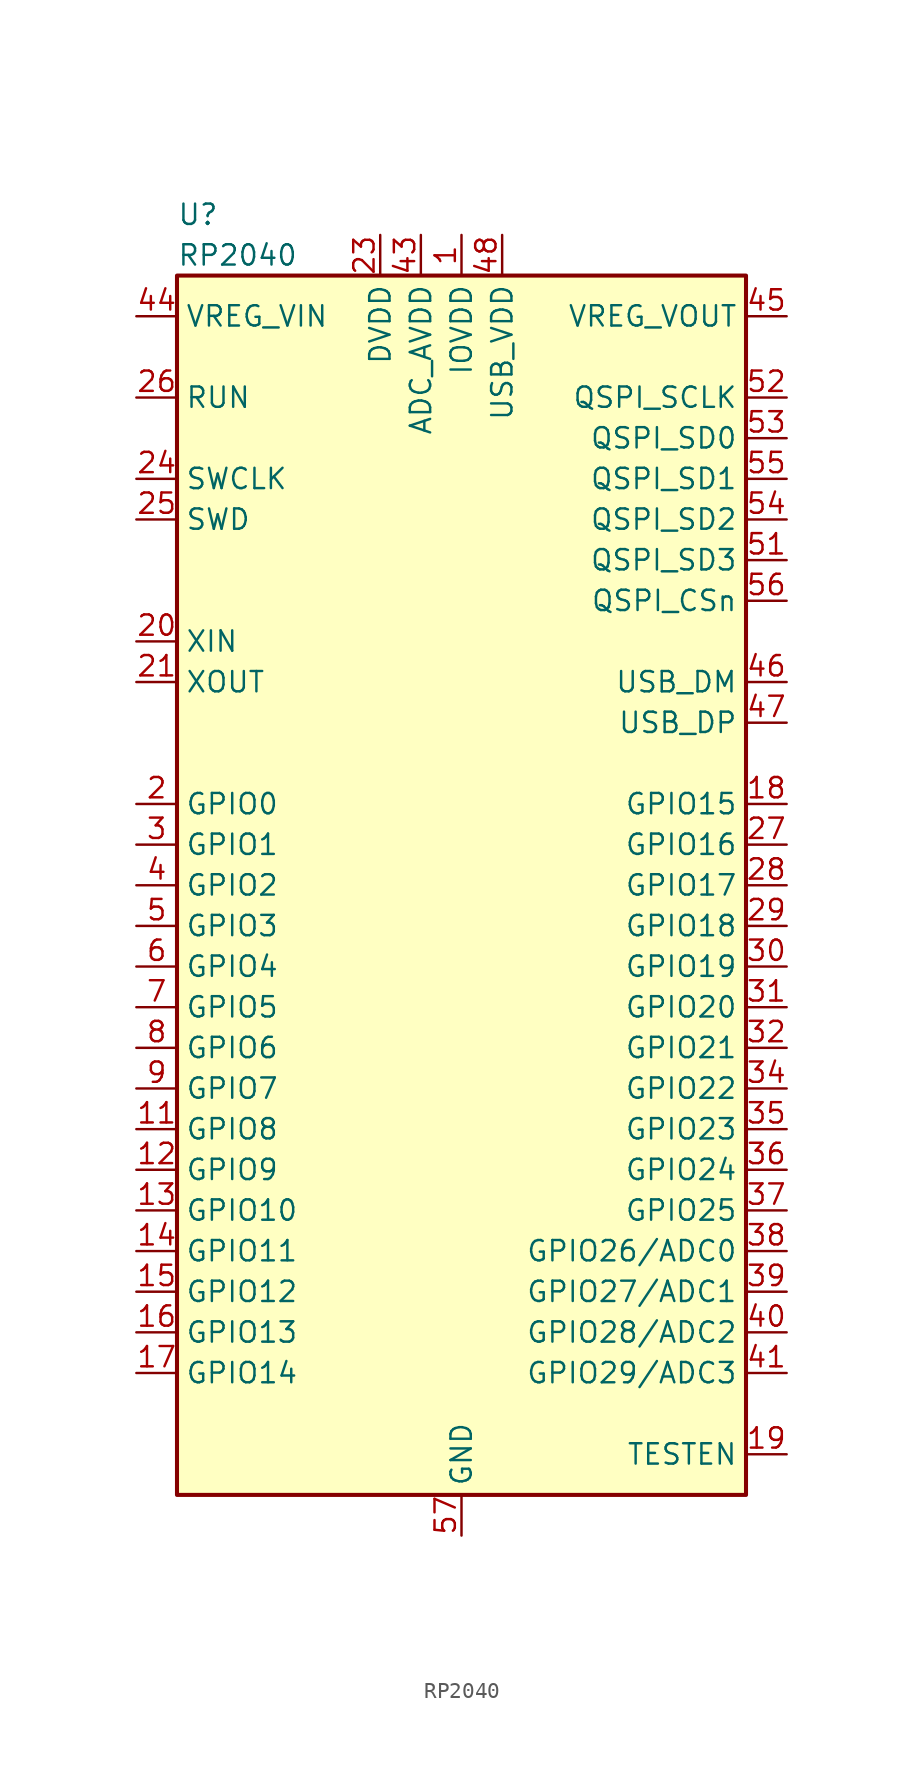
<source format=kicad_sym>
(kicad_symbol_lib
  (version 20211014)
  (generator kicad_symbol_editor)
  (symbol "RP2040"
    (property "Reference" "U"
      (at -17.78 41.91 0)
      (effects (font (size 1.27 1.27)) (justify left)))
    (property "Value" "RP2040"
      (at -17.78 39.37 0)
      (effects (font (size 1.27 1.27)) (justify left)))
    (symbol "RP2040_0_0"
      (rectangle (start -17.78 38.1) (end 17.78 -38.1) (stroke (width 0.254) (type default) (color 0 0 0 0)) (fill (type background)))
      (pin power_in line (at 0 40.64 270) (length 2.54) (name "IOVDD" (effects (font (size 1.27 1.27)))) (number "1" (effects (font (size 1.27 1.27)))))
      (pin power_in line (at 0 40.64 270) (length 2.54) hide (name "IOVDD" (effects (font (size 1.27 1.27)))) (number "10" (effects (font (size 1.27 1.27)))))
      (pin bidirectional line (at -20.32 -15.24 0) (length 2.54) (name "GPIO8" (effects (font (size 1.27 1.27)))) (number "11" (effects (font (size 1.27 1.27)))))
      (pin bidirectional line (at -20.32 -17.78 0) (length 2.54) (name "GPIO9" (effects (font (size 1.27 1.27)))) (number "12" (effects (font (size 1.27 1.27)))))
      (pin bidirectional line (at -20.32 -20.32 0) (length 2.54) (name "GPIO10" (effects (font (size 1.27 1.27)))) (number "13" (effects (font (size 1.27 1.27)))))
      (pin bidirectional line (at -20.32 -22.86 0) (length 2.54) (name "GPIO11" (effects (font (size 1.27 1.27)))) (number "14" (effects (font (size 1.27 1.27)))))
      (pin bidirectional line (at -20.32 -25.4 0) (length 2.54) (name "GPIO12" (effects (font (size 1.27 1.27)))) (number "15" (effects (font (size 1.27 1.27)))))
      (pin bidirectional line (at -20.32 -27.94 0) (length 2.54) (name "GPIO13" (effects (font (size 1.27 1.27)))) (number "16" (effects (font (size 1.27 1.27)))))
      (pin bidirectional line (at -20.32 -30.48 0) (length 2.54) (name "GPIO14" (effects (font (size 1.27 1.27)))) (number "17" (effects (font (size 1.27 1.27)))))
      (pin bidirectional line (at 20.32 5.08 180) (length 2.54) (name "GPIO15" (effects (font (size 1.27 1.27)))) (number "18" (effects (font (size 1.27 1.27)))))
      (pin input line (at 20.32 -35.56 180) (length 2.54) (name "TESTEN" (effects (font (size 1.27 1.27)))) (number "19" (effects (font (size 1.27 1.27)))))
      (pin bidirectional line (at -20.32 5.08 0) (length 2.54) (name "GPIO0" (effects (font (size 1.27 1.27)))) (number "2" (effects (font (size 1.27 1.27)))))
      (pin bidirectional line (at -20.32 15.24 0) (length 2.54) (name "XIN" (effects (font (size 1.27 1.27)))) (number "20" (effects (font (size 1.27 1.27)))))
      (pin bidirectional line (at -20.32 12.7 0) (length 2.54) (name "XOUT" (effects (font (size 1.27 1.27)))) (number "21" (effects (font (size 1.27 1.27)))))
      (pin power_in line (at 0 40.64 270) (length 2.54) hide (name "IOVDD" (effects (font (size 1.27 1.27)))) (number "22" (effects (font (size 1.27 1.27)))))
      (pin power_in line (at -5.08 40.64 270) (length 2.54) (name "DVDD" (effects (font (size 1.27 1.27)))) (number "23" (effects (font (size 1.27 1.27)))))
      (pin input line (at -20.32 25.4 0) (length 2.54) (name "SWCLK" (effects (font (size 1.27 1.27)))) (number "24" (effects (font (size 1.27 1.27)))))
      (pin bidirectional line (at -20.32 22.86 0) (length 2.54) (name "SWD" (effects (font (size 1.27 1.27)))) (number "25" (effects (font (size 1.27 1.27)))))
      (pin input line (at -20.32 30.48 0) (length 2.54) (name "RUN" (effects (font (size 1.27 1.27)))) (number "26" (effects (font (size 1.27 1.27)))))
      (pin bidirectional line (at 20.32 2.54 180) (length 2.54) (name "GPIO16" (effects (font (size 1.27 1.27)))) (number "27" (effects (font (size 1.27 1.27)))))
      (pin bidirectional line (at 20.32 0 180) (length 2.54) (name "GPIO17" (effects (font (size 1.27 1.27)))) (number "28" (effects (font (size 1.27 1.27)))))
      (pin bidirectional line (at 20.32 -2.54 180) (length 2.54) (name "GPIO18" (effects (font (size 1.27 1.27)))) (number "29" (effects (font (size 1.27 1.27)))))
      (pin bidirectional line (at -20.32 2.54 0) (length 2.54) (name "GPIO1" (effects (font (size 1.27 1.27)))) (number "3" (effects (font (size 1.27 1.27)))))
      (pin bidirectional line (at 20.32 -5.08 180) (length 2.54) (name "GPIO19" (effects (font (size 1.27 1.27)))) (number "30" (effects (font (size 1.27 1.27)))))
      (pin bidirectional line (at 20.32 -7.62 180) (length 2.54) (name "GPIO20" (effects (font (size 1.27 1.27)))) (number "31" (effects (font (size 1.27 1.27)))))
      (pin bidirectional line (at 20.32 -10.16 180) (length 2.54) (name "GPIO21" (effects (font (size 1.27 1.27)))) (number "32" (effects (font (size 1.27 1.27)))))
      (pin power_in line (at 0 40.64 270) (length 2.54) hide (name "IOVDD" (effects (font (size 1.27 1.27)))) (number "33" (effects (font (size 1.27 1.27)))))
      (pin bidirectional line (at 20.32 -12.7 180) (length 2.54) (name "GPIO22" (effects (font (size 1.27 1.27)))) (number "34" (effects (font (size 1.27 1.27)))))
      (pin bidirectional line (at 20.32 -15.24 180) (length 2.54) (name "GPIO23" (effects (font (size 1.27 1.27)))) (number "35" (effects (font (size 1.27 1.27)))))
      (pin bidirectional line (at 20.32 -17.78 180) (length 2.54) (name "GPIO24" (effects (font (size 1.27 1.27)))) (number "36" (effects (font (size 1.27 1.27)))))
      (pin bidirectional line (at 20.32 -20.32 180) (length 2.54) (name "GPIO25" (effects (font (size 1.27 1.27)))) (number "37" (effects (font (size 1.27 1.27)))))
      (pin bidirectional line (at 20.32 -22.86 180) (length 2.54) (name "GPIO26/ADC0" (effects (font (size 1.27 1.27)))) (number "38" (effects (font (size 1.27 1.27)))))
      (pin bidirectional line (at 20.32 -25.4 180) (length 2.54) (name "GPIO27/ADC1" (effects (font (size 1.27 1.27)))) (number "39" (effects (font (size 1.27 1.27)))))
      (pin bidirectional line (at -20.32 0 0) (length 2.54) (name "GPIO2" (effects (font (size 1.27 1.27)))) (number "4" (effects (font (size 1.27 1.27)))))
      (pin bidirectional line (at 20.32 -27.94 180) (length 2.54) (name "GPIO28/ADC2" (effects (font (size 1.27 1.27)))) (number "40" (effects (font (size 1.27 1.27)))))
      (pin bidirectional line (at 20.32 -30.48 180) (length 2.54) (name "GPIO29/ADC3" (effects (font (size 1.27 1.27)))) (number "41" (effects (font (size 1.27 1.27)))))
      (pin power_in line (at 0 40.64 270) (length 2.54) hide (name "IOVDD" (effects (font (size 1.27 1.27)))) (number "42" (effects (font (size 1.27 1.27)))))
      (pin power_in line (at -2.54 40.64 270) (length 2.54) (name "ADC_AVDD" (effects (font (size 1.27 1.27)))) (number "43" (effects (font (size 1.27 1.27)))))
      (pin power_in line (at -20.32 35.56 0) (length 2.54) (name "VREG_VIN" (effects (font (size 1.27 1.27)))) (number "44" (effects (font (size 1.27 1.27)))))
      (pin power_out line (at 20.32 35.56 180) (length 2.54) (name "VREG_VOUT" (effects (font (size 1.27 1.27)))) (number "45" (effects (font (size 1.27 1.27)))))
      (pin bidirectional line (at 20.32 12.7 180) (length 2.54) (name "USB_DM" (effects (font (size 1.27 1.27)))) (number "46" (effects (font (size 1.27 1.27)))))
      (pin bidirectional line (at 20.32 10.16 180) (length 2.54) (name "USB_DP" (effects (font (size 1.27 1.27)))) (number "47" (effects (font (size 1.27 1.27)))))
      (pin power_in line (at 2.54 40.64 270) (length 2.54) (name "USB_VDD" (effects (font (size 1.27 1.27)))) (number "48" (effects (font (size 1.27 1.27)))))
      (pin power_in line (at 0 40.64 270) (length 2.54) hide (name "IOVDD" (effects (font (size 1.27 1.27)))) (number "49" (effects (font (size 1.27 1.27)))))
      (pin bidirectional line (at -20.32 -2.54 0) (length 2.54) (name "GPIO3" (effects (font (size 1.27 1.27)))) (number "5" (effects (font (size 1.27 1.27)))))
      (pin power_in line (at -5.08 40.64 270) (length 2.54) hide (name "DVDD" (effects (font (size 1.27 1.27)))) (number "50" (effects (font (size 1.27 1.27)))))
      (pin bidirectional line (at 20.32 20.32 180) (length 2.54) (name "QSPI_SD3" (effects (font (size 1.27 1.27)))) (number "51" (effects (font (size 1.27 1.27)))))
      (pin bidirectional line (at 20.32 30.48 180) (length 2.54) (name "QSPI_SCLK" (effects (font (size 1.27 1.27)))) (number "52" (effects (font (size 1.27 1.27)))))
      (pin bidirectional line (at 20.32 27.94 180) (length 2.54) (name "QSPI_SD0" (effects (font (size 1.27 1.27)))) (number "53" (effects (font (size 1.27 1.27)))))
      (pin bidirectional line (at 20.32 22.86 180) (length 2.54) (name "QSPI_SD2" (effects (font (size 1.27 1.27)))) (number "54" (effects (font (size 1.27 1.27)))))
      (pin bidirectional line (at 20.32 25.4 180) (length 2.54) (name "QSPI_SD1" (effects (font (size 1.27 1.27)))) (number "55" (effects (font (size 1.27 1.27)))))
      (pin bidirectional line (at 20.32 17.78 180) (length 2.54) (name "QSPI_CSn" (effects (font (size 1.27 1.27)))) (number "56" (effects (font (size 1.27 1.27)))))
      (pin power_in line (at 0 -40.64 90) (length 2.54) (name "GND" (effects (font (size 1.27 1.27)))) (number "57" (effects (font (size 1.27 1.27)))))
      (pin bidirectional line (at -20.32 -5.08 0) (length 2.54) (name "GPIO4" (effects (font (size 1.27 1.27)))) (number "6" (effects (font (size 1.27 1.27)))))
      (pin bidirectional line (at -20.32 -7.62 0) (length 2.54) (name "GPIO5" (effects (font (size 1.27 1.27)))) (number "7" (effects (font (size 1.27 1.27)))))
      (pin bidirectional line (at -20.32 -10.16 0) (length 2.54) (name "GPIO6" (effects (font (size 1.27 1.27)))) (number "8" (effects (font (size 1.27 1.27)))))
      (pin bidirectional line (at -20.32 -12.7 0) (length 2.54) (name "GPIO7" (effects (font (size 1.27 1.27)))) (number "9" (effects (font (size 1.27 1.27))))))))
</source>
